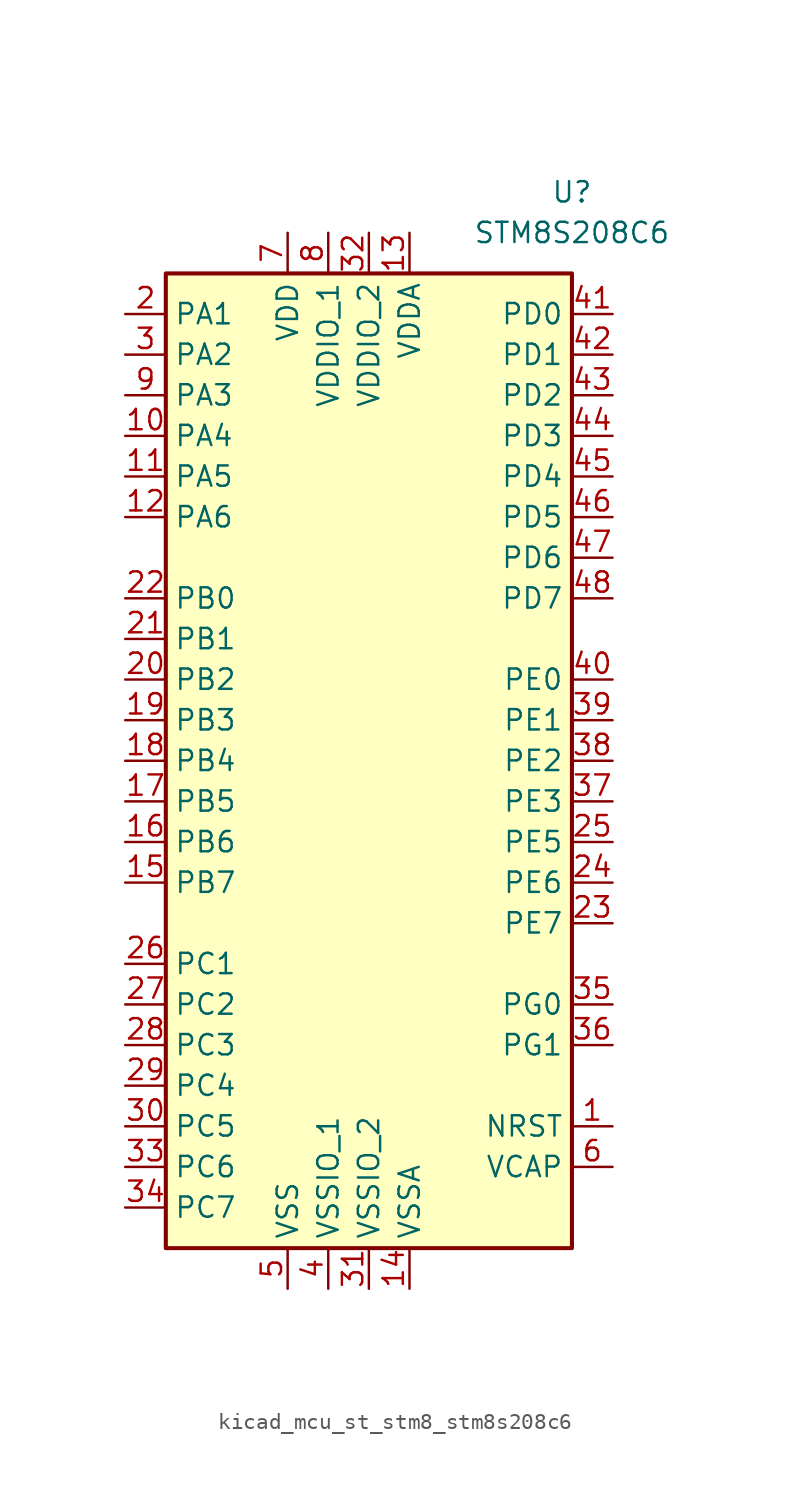
<source format=kicad_sym>
(kicad_symbol_lib
  (version 20220914)
  (generator kicad_symbol_editor)
  (symbol "kicad_mcu_st_stm8_stm8s208c6"
    (property "Reference" "U"
      (at 12.7 35.56 0)
      (effects (font (size 1.27 1.27))))
    (property "Value" "STM8S208C6"
      (at 12.7 33.02 0)
      (effects (font (size 1.27 1.27))))
    (symbol "kicad_mcu_st_stm8_stm8s208c6_0_1"
      (rectangle (start -12.7 -30.48) (end 12.7 30.48) (stroke (width 0.254) (type default)) (fill (type background))))
    (symbol "kicad_mcu_st_stm8_stm8s208c6_1_1"
      (pin input line (at 15.24 -22.86 180) (length 2.54) (name "NRST" (effects (font (size 1.27 1.27)))) (number "1" (effects (font (size 1.27 1.27)))))
      (pin bidirectional line (at -15.24 20.32 0) (length 2.54) (name "PA4" (effects (font (size 1.27 1.27)))) (number "10" (effects (font (size 1.27 1.27)))))
      (pin bidirectional line (at -15.24 17.78 0) (length 2.54) (name "PA5" (effects (font (size 1.27 1.27)))) (number "11" (effects (font (size 1.27 1.27)))))
      (pin bidirectional line (at -15.24 15.24 0) (length 2.54) (name "PA6" (effects (font (size 1.27 1.27)))) (number "12" (effects (font (size 1.27 1.27)))))
      (pin power_in line (at 2.54 33.02 270) (length 2.54) (name "VDDA" (effects (font (size 1.27 1.27)))) (number "13" (effects (font (size 1.27 1.27)))))
      (pin power_in line (at 2.54 -33.02 90) (length 2.54) (name "VSSA" (effects (font (size 1.27 1.27)))) (number "14" (effects (font (size 1.27 1.27)))))
      (pin bidirectional line (at -15.24 -7.62 0) (length 2.54) (name "PB7" (effects (font (size 1.27 1.27)))) (number "15" (effects (font (size 1.27 1.27)))))
      (pin bidirectional line (at -15.24 -5.08 0) (length 2.54) (name "PB6" (effects (font (size 1.27 1.27)))) (number "16" (effects (font (size 1.27 1.27)))))
      (pin bidirectional line (at -15.24 -2.54 0) (length 2.54) (name "PB5" (effects (font (size 1.27 1.27)))) (number "17" (effects (font (size 1.27 1.27)))))
      (pin bidirectional line (at -15.24 0 0) (length 2.54) (name "PB4" (effects (font (size 1.27 1.27)))) (number "18" (effects (font (size 1.27 1.27)))))
      (pin bidirectional line (at -15.24 2.54 0) (length 2.54) (name "PB3" (effects (font (size 1.27 1.27)))) (number "19" (effects (font (size 1.27 1.27)))))
      (pin bidirectional line (at -15.24 27.94 0) (length 2.54) (name "PA1" (effects (font (size 1.27 1.27)))) (number "2" (effects (font (size 1.27 1.27)))))
      (pin bidirectional line (at -15.24 5.08 0) (length 2.54) (name "PB2" (effects (font (size 1.27 1.27)))) (number "20" (effects (font (size 1.27 1.27)))))
      (pin bidirectional line (at -15.24 7.62 0) (length 2.54) (name "PB1" (effects (font (size 1.27 1.27)))) (number "21" (effects (font (size 1.27 1.27)))))
      (pin bidirectional line (at -15.24 10.16 0) (length 2.54) (name "PB0" (effects (font (size 1.27 1.27)))) (number "22" (effects (font (size 1.27 1.27)))))
      (pin bidirectional line (at 15.24 -10.16 180) (length 2.54) (name "PE7" (effects (font (size 1.27 1.27)))) (number "23" (effects (font (size 1.27 1.27)))))
      (pin bidirectional line (at 15.24 -7.62 180) (length 2.54) (name "PE6" (effects (font (size 1.27 1.27)))) (number "24" (effects (font (size 1.27 1.27)))))
      (pin bidirectional line (at 15.24 -5.08 180) (length 2.54) (name "PE5" (effects (font (size 1.27 1.27)))) (number "25" (effects (font (size 1.27 1.27)))))
      (pin bidirectional line (at -15.24 -12.7 0) (length 2.54) (name "PC1" (effects (font (size 1.27 1.27)))) (number "26" (effects (font (size 1.27 1.27)))))
      (pin bidirectional line (at -15.24 -15.24 0) (length 2.54) (name "PC2" (effects (font (size 1.27 1.27)))) (number "27" (effects (font (size 1.27 1.27)))))
      (pin bidirectional line (at -15.24 -17.78 0) (length 2.54) (name "PC3" (effects (font (size 1.27 1.27)))) (number "28" (effects (font (size 1.27 1.27)))))
      (pin bidirectional line (at -15.24 -20.32 0) (length 2.54) (name "PC4" (effects (font (size 1.27 1.27)))) (number "29" (effects (font (size 1.27 1.27)))))
      (pin bidirectional line (at -15.24 25.4 0) (length 2.54) (name "PA2" (effects (font (size 1.27 1.27)))) (number "3" (effects (font (size 1.27 1.27)))))
      (pin bidirectional line (at -15.24 -22.86 0) (length 2.54) (name "PC5" (effects (font (size 1.27 1.27)))) (number "30" (effects (font (size 1.27 1.27)))))
      (pin power_in line (at 0 -33.02 90) (length 2.54) (name "VSSIO_2" (effects (font (size 1.27 1.27)))) (number "31" (effects (font (size 1.27 1.27)))))
      (pin power_in line (at 0 33.02 270) (length 2.54) (name "VDDIO_2" (effects (font (size 1.27 1.27)))) (number "32" (effects (font (size 1.27 1.27)))))
      (pin bidirectional line (at -15.24 -25.4 0) (length 2.54) (name "PC6" (effects (font (size 1.27 1.27)))) (number "33" (effects (font (size 1.27 1.27)))))
      (pin bidirectional line (at -15.24 -27.94 0) (length 2.54) (name "PC7" (effects (font (size 1.27 1.27)))) (number "34" (effects (font (size 1.27 1.27)))))
      (pin bidirectional line (at 15.24 -15.24 180) (length 2.54) (name "PG0" (effects (font (size 1.27 1.27)))) (number "35" (effects (font (size 1.27 1.27)))))
      (pin bidirectional line (at 15.24 -17.78 180) (length 2.54) (name "PG1" (effects (font (size 1.27 1.27)))) (number "36" (effects (font (size 1.27 1.27)))))
      (pin bidirectional line (at 15.24 -2.54 180) (length 2.54) (name "PE3" (effects (font (size 1.27 1.27)))) (number "37" (effects (font (size 1.27 1.27)))))
      (pin bidirectional line (at 15.24 0 180) (length 2.54) (name "PE2" (effects (font (size 1.27 1.27)))) (number "38" (effects (font (size 1.27 1.27)))))
      (pin bidirectional line (at 15.24 2.54 180) (length 2.54) (name "PE1" (effects (font (size 1.27 1.27)))) (number "39" (effects (font (size 1.27 1.27)))))
      (pin power_in line (at -2.54 -33.02 90) (length 2.54) (name "VSSIO_1" (effects (font (size 1.27 1.27)))) (number "4" (effects (font (size 1.27 1.27)))))
      (pin bidirectional line (at 15.24 5.08 180) (length 2.54) (name "PE0" (effects (font (size 1.27 1.27)))) (number "40" (effects (font (size 1.27 1.27)))))
      (pin bidirectional line (at 15.24 27.94 180) (length 2.54) (name "PD0" (effects (font (size 1.27 1.27)))) (number "41" (effects (font (size 1.27 1.27)))))
      (pin bidirectional line (at 15.24 25.4 180) (length 2.54) (name "PD1" (effects (font (size 1.27 1.27)))) (number "42" (effects (font (size 1.27 1.27)))))
      (pin bidirectional line (at 15.24 22.86 180) (length 2.54) (name "PD2" (effects (font (size 1.27 1.27)))) (number "43" (effects (font (size 1.27 1.27)))))
      (pin bidirectional line (at 15.24 20.32 180) (length 2.54) (name "PD3" (effects (font (size 1.27 1.27)))) (number "44" (effects (font (size 1.27 1.27)))))
      (pin bidirectional line (at 15.24 17.78 180) (length 2.54) (name "PD4" (effects (font (size 1.27 1.27)))) (number "45" (effects (font (size 1.27 1.27)))))
      (pin bidirectional line (at 15.24 15.24 180) (length 2.54) (name "PD5" (effects (font (size 1.27 1.27)))) (number "46" (effects (font (size 1.27 1.27)))))
      (pin bidirectional line (at 15.24 12.7 180) (length 2.54) (name "PD6" (effects (font (size 1.27 1.27)))) (number "47" (effects (font (size 1.27 1.27)))))
      (pin bidirectional line (at 15.24 10.16 180) (length 2.54) (name "PD7" (effects (font (size 1.27 1.27)))) (number "48" (effects (font (size 1.27 1.27)))))
      (pin power_in line (at -5.08 -33.02 90) (length 2.54) (name "VSS" (effects (font (size 1.27 1.27)))) (number "5" (effects (font (size 1.27 1.27)))))
      (pin input line (at 15.24 -25.4 180) (length 2.54) (name "VCAP" (effects (font (size 1.27 1.27)))) (number "6" (effects (font (size 1.27 1.27)))))
      (pin power_in line (at -5.08 33.02 270) (length 2.54) (name "VDD" (effects (font (size 1.27 1.27)))) (number "7" (effects (font (size 1.27 1.27)))))
      (pin power_in line (at -2.54 33.02 270) (length 2.54) (name "VDDIO_1" (effects (font (size 1.27 1.27)))) (number "8" (effects (font (size 1.27 1.27)))))
      (pin bidirectional line (at -15.24 22.86 0) (length 2.54) (name "PA3" (effects (font (size 1.27 1.27)))) (number "9" (effects (font (size 1.27 1.27))))))))
</source>
